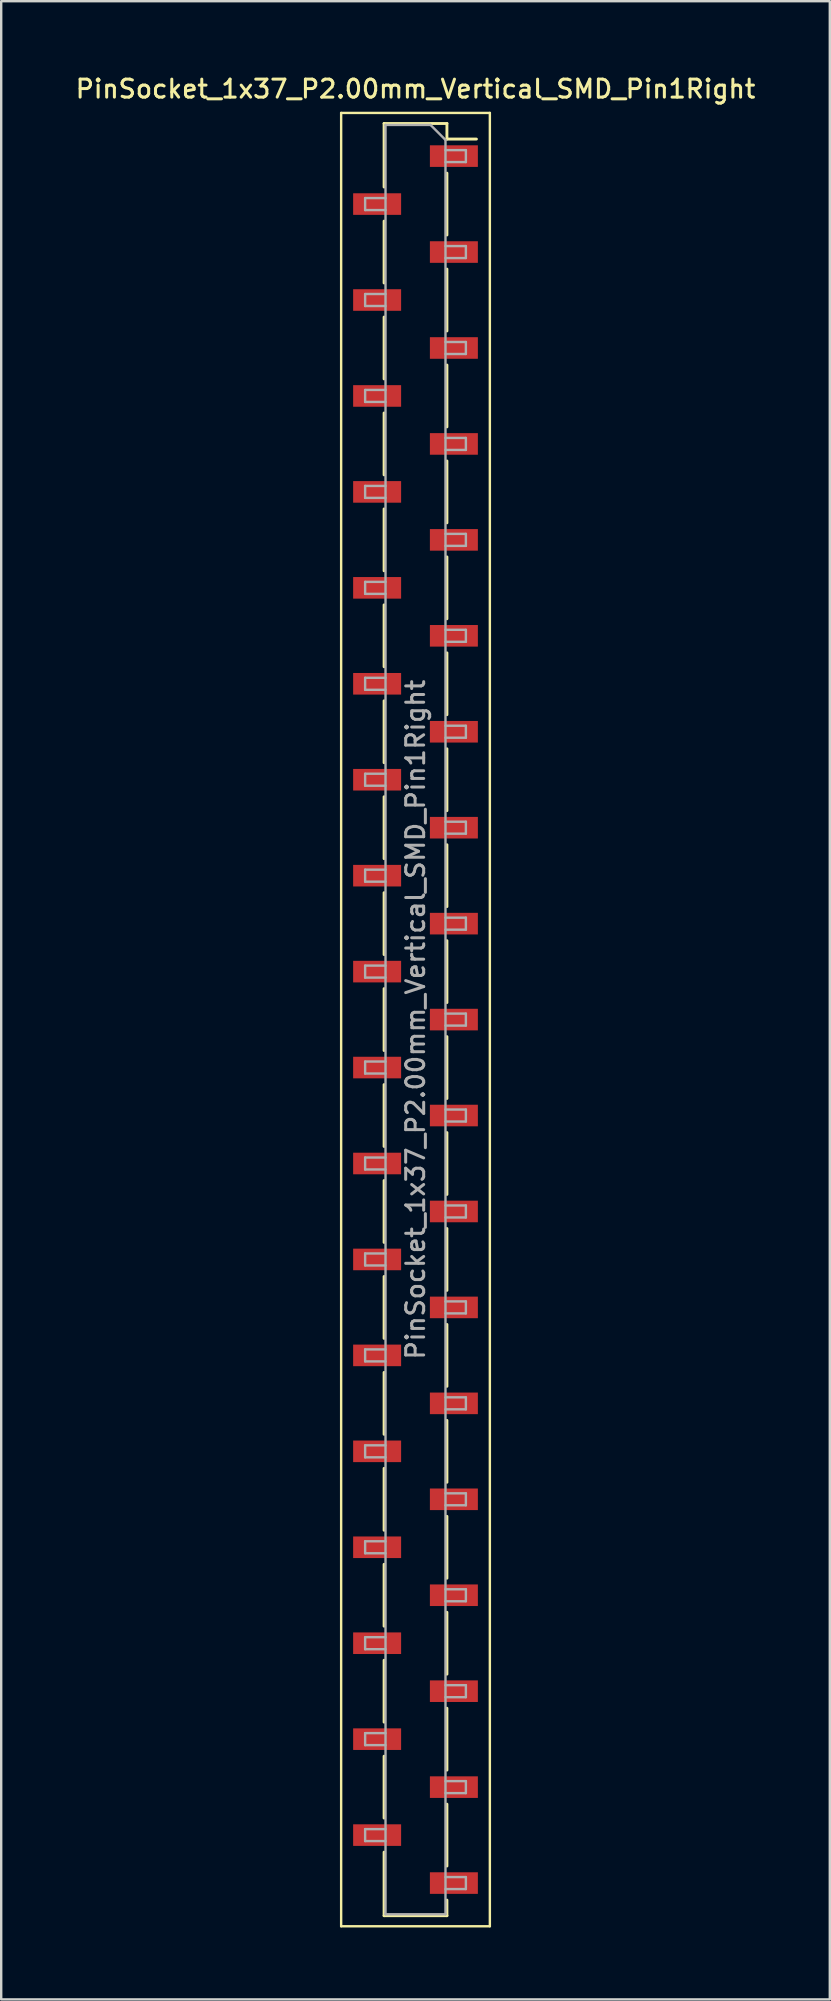
<source format=kicad_pcb>
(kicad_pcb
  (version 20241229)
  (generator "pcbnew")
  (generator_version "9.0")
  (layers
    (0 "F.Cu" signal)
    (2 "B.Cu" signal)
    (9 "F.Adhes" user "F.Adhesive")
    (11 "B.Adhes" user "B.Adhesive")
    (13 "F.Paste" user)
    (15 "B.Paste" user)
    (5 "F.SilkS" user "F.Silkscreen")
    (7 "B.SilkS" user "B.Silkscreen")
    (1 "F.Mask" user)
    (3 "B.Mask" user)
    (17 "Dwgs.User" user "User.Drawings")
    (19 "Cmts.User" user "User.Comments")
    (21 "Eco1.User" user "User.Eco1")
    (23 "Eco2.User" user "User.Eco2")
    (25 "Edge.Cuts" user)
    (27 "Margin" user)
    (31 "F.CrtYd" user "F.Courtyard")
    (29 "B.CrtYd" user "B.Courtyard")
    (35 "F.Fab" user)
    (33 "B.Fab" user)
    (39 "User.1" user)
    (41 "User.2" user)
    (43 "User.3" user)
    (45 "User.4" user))
  (footprint "PinSocket_1x37_P2.00mm_Vertical_SMD_Pin1Right"
    (layer "F.Cu")
    (at 14.273 39.458)
    (property "Reference" "PinSocket_1x37_P2.00mm_Vertical_SMD_Pin1Right" (at 0 -38.8 0) (layer "F.SilkS") (effects (font (size 0.75 0.75) (thickness 0.125))))
    (attr smd)
    (fp_line (start -3.1 -37.8) (end 3.1 -37.8) (stroke (width 0.1) (type solid)) (layer "F.SilkS"))
    (fp_line (start -3.1 37.8) (end -3.1 -37.8) (stroke (width 0.1) (type solid)) (layer "F.SilkS"))
    (fp_line (start -1.31 -37.36) (end -1.31 -34.71) (stroke (width 0.12) (type solid)) (layer "F.SilkS"))
    (fp_line (start -1.31 -37.36) (end 1.31 -37.36) (stroke (width 0.12) (type solid)) (layer "F.SilkS"))
    (fp_line (start -1.31 -33.29) (end -1.31 -30.71) (stroke (width 0.12) (type solid)) (layer "F.SilkS"))
    (fp_line (start -1.31 -29.29) (end -1.31 -26.71) (stroke (width 0.12) (type solid)) (layer "F.SilkS"))
    (fp_line (start -1.31 -25.29) (end -1.31 -22.71) (stroke (width 0.12) (type solid)) (layer "F.SilkS"))
    (fp_line (start -1.31 -21.29) (end -1.31 -18.71) (stroke (width 0.12) (type solid)) (layer "F.SilkS"))
    (fp_line (start -1.31 -17.29) (end -1.31 -14.71) (stroke (width 0.12) (type solid)) (layer "F.SilkS"))
    (fp_line (start -1.31 -13.29) (end -1.31 -10.71) (stroke (width 0.12) (type solid)) (layer "F.SilkS"))
    (fp_line (start -1.31 -9.29) (end -1.31 -6.71) (stroke (width 0.12) (type solid)) (layer "F.SilkS"))
    (fp_line (start -1.31 -5.29) (end -1.31 -2.71) (stroke (width 0.12) (type solid)) (layer "F.SilkS"))
    (fp_line (start -1.31 -1.29) (end -1.31 1.29) (stroke (width 0.12) (type solid)) (layer "F.SilkS"))
    (fp_line (start -1.31 2.71) (end -1.31 5.29) (stroke (width 0.12) (type solid)) (layer "F.SilkS"))
    (fp_line (start -1.31 6.71) (end -1.31 9.29) (stroke (width 0.12) (type solid)) (layer "F.SilkS"))
    (fp_line (start -1.31 10.71) (end -1.31 13.29) (stroke (width 0.12) (type solid)) (layer "F.SilkS"))
    (fp_line (start -1.31 14.71) (end -1.31 17.29) (stroke (width 0.12) (type solid)) (layer "F.SilkS"))
    (fp_line (start -1.31 18.71) (end -1.31 21.29) (stroke (width 0.12) (type solid)) (layer "F.SilkS"))
    (fp_line (start -1.31 22.71) (end -1.31 25.29) (stroke (width 0.12) (type solid)) (layer "F.SilkS"))
    (fp_line (start -1.31 26.71) (end -1.31 29.29) (stroke (width 0.12) (type solid)) (layer "F.SilkS"))
    (fp_line (start -1.31 30.71) (end -1.31 33.29) (stroke (width 0.12) (type solid)) (layer "F.SilkS"))
    (fp_line (start -1.31 34.71) (end -1.31 37.36) (stroke (width 0.12) (type solid)) (layer "F.SilkS"))
    (fp_line (start -1.31 37.36) (end 1.31 37.36) (stroke (width 0.12) (type solid)) (layer "F.SilkS"))
    (fp_line (start 1.31 -37.36) (end 1.31 -36.71) (stroke (width 0.12) (type solid)) (layer "F.SilkS"))
    (fp_line (start 1.31 -36.71) (end 2.54 -36.71) (stroke (width 0.12) (type solid)) (layer "F.SilkS"))
    (fp_line (start 1.31 -35.29) (end 1.31 -32.71) (stroke (width 0.12) (type solid)) (layer "F.SilkS"))
    (fp_line (start 1.31 -31.29) (end 1.31 -28.71) (stroke (width 0.12) (type solid)) (layer "F.SilkS"))
    (fp_line (start 1.31 -27.29) (end 1.31 -24.71) (stroke (width 0.12) (type solid)) (layer "F.SilkS"))
    (fp_line (start 1.31 -23.29) (end 1.31 -20.71) (stroke (width 0.12) (type solid)) (layer "F.SilkS"))
    (fp_line (start 1.31 -19.29) (end 1.31 -16.71) (stroke (width 0.12) (type solid)) (layer "F.SilkS"))
    (fp_line (start 1.31 -15.29) (end 1.31 -12.71) (stroke (width 0.12) (type solid)) (layer "F.SilkS"))
    (fp_line (start 1.31 -11.29) (end 1.31 -8.71) (stroke (width 0.12) (type solid)) (layer "F.SilkS"))
    (fp_line (start 1.31 -7.29) (end 1.31 -4.71) (stroke (width 0.12) (type solid)) (layer "F.SilkS"))
    (fp_line (start 1.31 -3.29) (end 1.31 -0.71) (stroke (width 0.12) (type solid)) (layer "F.SilkS"))
    (fp_line (start 1.31 0.71) (end 1.31 3.29) (stroke (width 0.12) (type solid)) (layer "F.SilkS"))
    (fp_line (start 1.31 4.71) (end 1.31 7.29) (stroke (width 0.12) (type solid)) (layer "F.SilkS"))
    (fp_line (start 1.31 8.71) (end 1.31 11.29) (stroke (width 0.12) (type solid)) (layer "F.SilkS"))
    (fp_line (start 1.31 12.71) (end 1.31 15.29) (stroke (width 0.12) (type solid)) (layer "F.SilkS"))
    (fp_line (start 1.31 16.71) (end 1.31 19.29) (stroke (width 0.12) (type solid)) (layer "F.SilkS"))
    (fp_line (start 1.31 20.71) (end 1.31 23.29) (stroke (width 0.12) (type solid)) (layer "F.SilkS"))
    (fp_line (start 1.31 24.71) (end 1.31 27.29) (stroke (width 0.12) (type solid)) (layer "F.SilkS"))
    (fp_line (start 1.31 28.71) (end 1.31 31.29) (stroke (width 0.12) (type solid)) (layer "F.SilkS"))
    (fp_line (start 1.31 32.71) (end 1.31 35.29) (stroke (width 0.12) (type solid)) (layer "F.SilkS"))
    (fp_line (start 1.31 36.71) (end 1.31 37.36) (stroke (width 0.12) (type solid)) (layer "F.SilkS"))
    (fp_line (start 3.1 -37.8) (end 3.1 37.8) (stroke (width 0.1) (type solid)) (layer "F.SilkS"))
    (fp_line (start 3.1 37.8) (end -3.1 37.8) (stroke (width 0.1) (type solid)) (layer "F.SilkS"))
    (fp_line (start -2.1 -34.25) (end -1.25 -34.25) (stroke (width 0.1) (type solid)) (layer "F.Fab"))
    (fp_line (start -2.1 -33.75) (end -2.1 -34.25) (stroke (width 0.1) (type solid)) (layer "F.Fab"))
    (fp_line (start -2.1 -30.25) (end -1.25 -30.25) (stroke (width 0.1) (type solid)) (layer "F.Fab"))
    (fp_line (start -2.1 -29.75) (end -2.1 -30.25) (stroke (width 0.1) (type solid)) (layer "F.Fab"))
    (fp_line (start -2.1 -26.25) (end -1.25 -26.25) (stroke (width 0.1) (type solid)) (layer "F.Fab"))
    (fp_line (start -2.1 -25.75) (end -2.1 -26.25) (stroke (width 0.1) (type solid)) (layer "F.Fab"))
    (fp_line (start -2.1 -22.25) (end -1.25 -22.25) (stroke (width 0.1) (type solid)) (layer "F.Fab"))
    (fp_line (start -2.1 -21.75) (end -2.1 -22.25) (stroke (width 0.1) (type solid)) (layer "F.Fab"))
    (fp_line (start -2.1 -18.25) (end -1.25 -18.25) (stroke (width 0.1) (type solid)) (layer "F.Fab"))
    (fp_line (start -2.1 -17.75) (end -2.1 -18.25) (stroke (width 0.1) (type solid)) (layer "F.Fab"))
    (fp_line (start -2.1 -14.25) (end -1.25 -14.25) (stroke (width 0.1) (type solid)) (layer "F.Fab"))
    (fp_line (start -2.1 -13.75) (end -2.1 -14.25) (stroke (width 0.1) (type solid)) (layer "F.Fab"))
    (fp_line (start -2.1 -10.25) (end -1.25 -10.25) (stroke (width 0.1) (type solid)) (layer "F.Fab"))
    (fp_line (start -2.1 -9.75) (end -2.1 -10.25) (stroke (width 0.1) (type solid)) (layer "F.Fab"))
    (fp_line (start -2.1 -6.25) (end -1.25 -6.25) (stroke (width 0.1) (type solid)) (layer "F.Fab"))
    (fp_line (start -2.1 -5.75) (end -2.1 -6.25) (stroke (width 0.1) (type solid)) (layer "F.Fab"))
    (fp_line (start -2.1 -2.25) (end -1.25 -2.25) (stroke (width 0.1) (type solid)) (layer "F.Fab"))
    (fp_line (start -2.1 -1.75) (end -2.1 -2.25) (stroke (width 0.1) (type solid)) (layer "F.Fab"))
    (fp_line (start -2.1 1.75) (end -1.25 1.75) (stroke (width 0.1) (type solid)) (layer "F.Fab"))
    (fp_line (start -2.1 2.25) (end -2.1 1.75) (stroke (width 0.1) (type solid)) (layer "F.Fab"))
    (fp_line (start -2.1 5.75) (end -1.25 5.75) (stroke (width 0.1) (type solid)) (layer "F.Fab"))
    (fp_line (start -2.1 6.25) (end -2.1 5.75) (stroke (width 0.1) (type solid)) (layer "F.Fab"))
    (fp_line (start -2.1 9.75) (end -1.25 9.75) (stroke (width 0.1) (type solid)) (layer "F.Fab"))
    (fp_line (start -2.1 10.25) (end -2.1 9.75) (stroke (width 0.1) (type solid)) (layer "F.Fab"))
    (fp_line (start -2.1 13.75) (end -1.25 13.75) (stroke (width 0.1) (type solid)) (layer "F.Fab"))
    (fp_line (start -2.1 14.25) (end -2.1 13.75) (stroke (width 0.1) (type solid)) (layer "F.Fab"))
    (fp_line (start -2.1 17.75) (end -1.25 17.75) (stroke (width 0.1) (type solid)) (layer "F.Fab"))
    (fp_line (start -2.1 18.25) (end -2.1 17.75) (stroke (width 0.1) (type solid)) (layer "F.Fab"))
    (fp_line (start -2.1 21.75) (end -1.25 21.75) (stroke (width 0.1) (type solid)) (layer "F.Fab"))
    (fp_line (start -2.1 22.25) (end -2.1 21.75) (stroke (width 0.1) (type solid)) (layer "F.Fab"))
    (fp_line (start -2.1 25.75) (end -1.25 25.75) (stroke (width 0.1) (type solid)) (layer "F.Fab"))
    (fp_line (start -2.1 26.25) (end -2.1 25.75) (stroke (width 0.1) (type solid)) (layer "F.Fab"))
    (fp_line (start -2.1 29.75) (end -1.25 29.75) (stroke (width 0.1) (type solid)) (layer "F.Fab"))
    (fp_line (start -2.1 30.25) (end -2.1 29.75) (stroke (width 0.1) (type solid)) (layer "F.Fab"))
    (fp_line (start -2.1 33.75) (end -1.25 33.75) (stroke (width 0.1) (type solid)) (layer "F.Fab"))
    (fp_line (start -2.1 34.25) (end -2.1 33.75) (stroke (width 0.1) (type solid)) (layer "F.Fab"))
    (fp_line (start -1.25 -37.3) (end 0.625 -37.3) (stroke (width 0.1) (type solid)) (layer "F.Fab"))
    (fp_line (start -1.25 -33.75) (end -2.1 -33.75) (stroke (width 0.1) (type solid)) (layer "F.Fab"))
    (fp_line (start -1.25 -29.75) (end -2.1 -29.75) (stroke (width 0.1) (type solid)) (layer "F.Fab"))
    (fp_line (start -1.25 -25.75) (end -2.1 -25.75) (stroke (width 0.1) (type solid)) (layer "F.Fab"))
    (fp_line (start -1.25 -21.75) (end -2.1 -21.75) (stroke (width 0.1) (type solid)) (layer "F.Fab"))
    (fp_line (start -1.25 -17.75) (end -2.1 -17.75) (stroke (width 0.1) (type solid)) (layer "F.Fab"))
    (fp_line (start -1.25 -13.75) (end -2.1 -13.75) (stroke (width 0.1) (type solid)) (layer "F.Fab"))
    (fp_line (start -1.25 -9.75) (end -2.1 -9.75) (stroke (width 0.1) (type solid)) (layer "F.Fab"))
    (fp_line (start -1.25 -5.75) (end -2.1 -5.75) (stroke (width 0.1) (type solid)) (layer "F.Fab"))
    (fp_line (start -1.25 -1.75) (end -2.1 -1.75) (stroke (width 0.1) (type solid)) (layer "F.Fab"))
    (fp_line (start -1.25 2.25) (end -2.1 2.25) (stroke (width 0.1) (type solid)) (layer "F.Fab"))
    (fp_line (start -1.25 6.25) (end -2.1 6.25) (stroke (width 0.1) (type solid)) (layer "F.Fab"))
    (fp_line (start -1.25 10.25) (end -2.1 10.25) (stroke (width 0.1) (type solid)) (layer "F.Fab"))
    (fp_line (start -1.25 14.25) (end -2.1 14.25) (stroke (width 0.1) (type solid)) (layer "F.Fab"))
    (fp_line (start -1.25 18.25) (end -2.1 18.25) (stroke (width 0.1) (type solid)) (layer "F.Fab"))
    (fp_line (start -1.25 22.25) (end -2.1 22.25) (stroke (width 0.1) (type solid)) (layer "F.Fab"))
    (fp_line (start -1.25 26.25) (end -2.1 26.25) (stroke (width 0.1) (type solid)) (layer "F.Fab"))
    (fp_line (start -1.25 30.25) (end -2.1 30.25) (stroke (width 0.1) (type solid)) (layer "F.Fab"))
    (fp_line (start -1.25 34.25) (end -2.1 34.25) (stroke (width 0.1) (type solid)) (layer "F.Fab"))
    (fp_line (start -1.25 37.3) (end -1.25 -37.3) (stroke (width 0.1) (type solid)) (layer "F.Fab"))
    (fp_line (start 0.625 -37.3) (end 1.25 -36.675) (stroke (width 0.1) (type solid)) (layer "F.Fab"))
    (fp_line (start 1.25 -36.675) (end 1.25 37.3) (stroke (width 0.1) (type solid)) (layer "F.Fab"))
    (fp_line (start 1.25 -36.25) (end 2.1 -36.25) (stroke (width 0.1) (type solid)) (layer "F.Fab"))
    (fp_line (start 1.25 -32.25) (end 2.1 -32.25) (stroke (width 0.1) (type solid)) (layer "F.Fab"))
    (fp_line (start 1.25 -28.25) (end 2.1 -28.25) (stroke (width 0.1) (type solid)) (layer "F.Fab"))
    (fp_line (start 1.25 -24.25) (end 2.1 -24.25) (stroke (width 0.1) (type solid)) (layer "F.Fab"))
    (fp_line (start 1.25 -20.25) (end 2.1 -20.25) (stroke (width 0.1) (type solid)) (layer "F.Fab"))
    (fp_line (start 1.25 -16.25) (end 2.1 -16.25) (stroke (width 0.1) (type solid)) (layer "F.Fab"))
    (fp_line (start 1.25 -12.25) (end 2.1 -12.25) (stroke (width 0.1) (type solid)) (layer "F.Fab"))
    (fp_line (start 1.25 -8.25) (end 2.1 -8.25) (stroke (width 0.1) (type solid)) (layer "F.Fab"))
    (fp_line (start 1.25 -4.25) (end 2.1 -4.25) (stroke (width 0.1) (type solid)) (layer "F.Fab"))
    (fp_line (start 1.25 -0.25) (end 2.1 -0.25) (stroke (width 0.1) (type solid)) (layer "F.Fab"))
    (fp_line (start 1.25 3.75) (end 2.1 3.75) (stroke (width 0.1) (type solid)) (layer "F.Fab"))
    (fp_line (start 1.25 7.75) (end 2.1 7.75) (stroke (width 0.1) (type solid)) (layer "F.Fab"))
    (fp_line (start 1.25 11.75) (end 2.1 11.75) (stroke (width 0.1) (type solid)) (layer "F.Fab"))
    (fp_line (start 1.25 15.75) (end 2.1 15.75) (stroke (width 0.1) (type solid)) (layer "F.Fab"))
    (fp_line (start 1.25 19.75) (end 2.1 19.75) (stroke (width 0.1) (type solid)) (layer "F.Fab"))
    (fp_line (start 1.25 23.75) (end 2.1 23.75) (stroke (width 0.1) (type solid)) (layer "F.Fab"))
    (fp_line (start 1.25 27.75) (end 2.1 27.75) (stroke (width 0.1) (type solid)) (layer "F.Fab"))
    (fp_line (start 1.25 31.75) (end 2.1 31.75) (stroke (width 0.1) (type solid)) (layer "F.Fab"))
    (fp_line (start 1.25 35.75) (end 2.1 35.75) (stroke (width 0.1) (type solid)) (layer "F.Fab"))
    (fp_line (start 1.25 37.3) (end -1.25 37.3) (stroke (width 0.1) (type solid)) (layer "F.Fab"))
    (fp_line (start 2.1 -36.25) (end 2.1 -35.75) (stroke (width 0.1) (type solid)) (layer "F.Fab"))
    (fp_line (start 2.1 -35.75) (end 1.25 -35.75) (stroke (width 0.1) (type solid)) (layer "F.Fab"))
    (fp_line (start 2.1 -32.25) (end 2.1 -31.75) (stroke (width 0.1) (type solid)) (layer "F.Fab"))
    (fp_line (start 2.1 -31.75) (end 1.25 -31.75) (stroke (width 0.1) (type solid)) (layer "F.Fab"))
    (fp_line (start 2.1 -28.25) (end 2.1 -27.75) (stroke (width 0.1) (type solid)) (layer "F.Fab"))
    (fp_line (start 2.1 -27.75) (end 1.25 -27.75) (stroke (width 0.1) (type solid)) (layer "F.Fab"))
    (fp_line (start 2.1 -24.25) (end 2.1 -23.75) (stroke (width 0.1) (type solid)) (layer "F.Fab"))
    (fp_line (start 2.1 -23.75) (end 1.25 -23.75) (stroke (width 0.1) (type solid)) (layer "F.Fab"))
    (fp_line (start 2.1 -20.25) (end 2.1 -19.75) (stroke (width 0.1) (type solid)) (layer "F.Fab"))
    (fp_line (start 2.1 -19.75) (end 1.25 -19.75) (stroke (width 0.1) (type solid)) (layer "F.Fab"))
    (fp_line (start 2.1 -16.25) (end 2.1 -15.75) (stroke (width 0.1) (type solid)) (layer "F.Fab"))
    (fp_line (start 2.1 -15.75) (end 1.25 -15.75) (stroke (width 0.1) (type solid)) (layer "F.Fab"))
    (fp_line (start 2.1 -12.25) (end 2.1 -11.75) (stroke (width 0.1) (type solid)) (layer "F.Fab"))
    (fp_line (start 2.1 -11.75) (end 1.25 -11.75) (stroke (width 0.1) (type solid)) (layer "F.Fab"))
    (fp_line (start 2.1 -8.25) (end 2.1 -7.75) (stroke (width 0.1) (type solid)) (layer "F.Fab"))
    (fp_line (start 2.1 -7.75) (end 1.25 -7.75) (stroke (width 0.1) (type solid)) (layer "F.Fab"))
    (fp_line (start 2.1 -4.25) (end 2.1 -3.75) (stroke (width 0.1) (type solid)) (layer "F.Fab"))
    (fp_line (start 2.1 -3.75) (end 1.25 -3.75) (stroke (width 0.1) (type solid)) (layer "F.Fab"))
    (fp_line (start 2.1 -0.25) (end 2.1 0.25) (stroke (width 0.1) (type solid)) (layer "F.Fab"))
    (fp_line (start 2.1 0.25) (end 1.25 0.25) (stroke (width 0.1) (type solid)) (layer "F.Fab"))
    (fp_line (start 2.1 3.75) (end 2.1 4.25) (stroke (width 0.1) (type solid)) (layer "F.Fab"))
    (fp_line (start 2.1 4.25) (end 1.25 4.25) (stroke (width 0.1) (type solid)) (layer "F.Fab"))
    (fp_line (start 2.1 7.75) (end 2.1 8.25) (stroke (width 0.1) (type solid)) (layer "F.Fab"))
    (fp_line (start 2.1 8.25) (end 1.25 8.25) (stroke (width 0.1) (type solid)) (layer "F.Fab"))
    (fp_line (start 2.1 11.75) (end 2.1 12.25) (stroke (width 0.1) (type solid)) (layer "F.Fab"))
    (fp_line (start 2.1 12.25) (end 1.25 12.25) (stroke (width 0.1) (type solid)) (layer "F.Fab"))
    (fp_line (start 2.1 15.75) (end 2.1 16.25) (stroke (width 0.1) (type solid)) (layer "F.Fab"))
    (fp_line (start 2.1 16.25) (end 1.25 16.25) (stroke (width 0.1) (type solid)) (layer "F.Fab"))
    (fp_line (start 2.1 19.75) (end 2.1 20.25) (stroke (width 0.1) (type solid)) (layer "F.Fab"))
    (fp_line (start 2.1 20.25) (end 1.25 20.25) (stroke (width 0.1) (type solid)) (layer "F.Fab"))
    (fp_line (start 2.1 23.75) (end 2.1 24.25) (stroke (width 0.1) (type solid)) (layer "F.Fab"))
    (fp_line (start 2.1 24.25) (end 1.25 24.25) (stroke (width 0.1) (type solid)) (layer "F.Fab"))
    (fp_line (start 2.1 27.75) (end 2.1 28.25) (stroke (width 0.1) (type solid)) (layer "F.Fab"))
    (fp_line (start 2.1 28.25) (end 1.25 28.25) (stroke (width 0.1) (type solid)) (layer "F.Fab"))
    (fp_line (start 2.1 31.75) (end 2.1 32.25) (stroke (width 0.1) (type solid)) (layer "F.Fab"))
    (fp_line (start 2.1 32.25) (end 1.25 32.25) (stroke (width 0.1) (type solid)) (layer "F.Fab"))
    (fp_line (start 2.1 35.75) (end 2.1 36.25) (stroke (width 0.1) (type solid)) (layer "F.Fab"))
    (fp_line (start 2.1 36.25) (end 1.25 36.25) (stroke (width 0.1) (type solid)) (layer "F.Fab"))
    (fp_text user "${REFERENCE}" (at 0 0 90) (layer "F.Fab") (effects (font (size 0.75 0.75) (thickness 0.125))))
    (pad "1" smd rect (at 1.6 -36) (size 2 0.9) (layers "F.Cu" "F.Mask" "F.Paste"))
    (pad "2" smd rect (at -1.6 -34) (size 2 0.9) (layers "F.Cu" "F.Mask" "F.Paste"))
    (pad "3" smd rect (at 1.6 -32) (size 2 0.9) (layers "F.Cu" "F.Mask" "F.Paste"))
    (pad "4" smd rect (at -1.6 -30) (size 2 0.9) (layers "F.Cu" "F.Mask" "F.Paste"))
    (pad "5" smd rect (at 1.6 -28) (size 2 0.9) (layers "F.Cu" "F.Mask" "F.Paste"))
    (pad "6" smd rect (at -1.6 -26) (size 2 0.9) (layers "F.Cu" "F.Mask" "F.Paste"))
    (pad "7" smd rect (at 1.6 -24) (size 2 0.9) (layers "F.Cu" "F.Mask" "F.Paste"))
    (pad "8" smd rect (at -1.6 -22) (size 2 0.9) (layers "F.Cu" "F.Mask" "F.Paste"))
    (pad "9" smd rect (at 1.6 -20) (size 2 0.9) (layers "F.Cu" "F.Mask" "F.Paste"))
    (pad "10" smd rect (at -1.6 -18) (size 2 0.9) (layers "F.Cu" "F.Mask" "F.Paste"))
    (pad "11" smd rect (at 1.6 -16) (size 2 0.9) (layers "F.Cu" "F.Mask" "F.Paste"))
    (pad "12" smd rect (at -1.6 -14) (size 2 0.9) (layers "F.Cu" "F.Mask" "F.Paste"))
    (pad "13" smd rect (at 1.6 -12) (size 2 0.9) (layers "F.Cu" "F.Mask" "F.Paste"))
    (pad "14" smd rect (at -1.6 -10) (size 2 0.9) (layers "F.Cu" "F.Mask" "F.Paste"))
    (pad "15" smd rect (at 1.6 -8) (size 2 0.9) (layers "F.Cu" "F.Mask" "F.Paste"))
    (pad "16" smd rect (at -1.6 -6) (size 2 0.9) (layers "F.Cu" "F.Mask" "F.Paste"))
    (pad "17" smd rect (at 1.6 -4) (size 2 0.9) (layers "F.Cu" "F.Mask" "F.Paste"))
    (pad "18" smd rect (at -1.6 -2) (size 2 0.9) (layers "F.Cu" "F.Mask" "F.Paste"))
    (pad "19" smd rect (at 1.6 0) (size 2 0.9) (layers "F.Cu" "F.Mask" "F.Paste"))
    (pad "20" smd rect (at -1.6 2) (size 2 0.9) (layers "F.Cu" "F.Mask" "F.Paste"))
    (pad "21" smd rect (at 1.6 4) (size 2 0.9) (layers "F.Cu" "F.Mask" "F.Paste"))
    (pad "22" smd rect (at -1.6 6) (size 2 0.9) (layers "F.Cu" "F.Mask" "F.Paste"))
    (pad "23" smd rect (at 1.6 8) (size 2 0.9) (layers "F.Cu" "F.Mask" "F.Paste"))
    (pad "24" smd rect (at -1.6 10) (size 2 0.9) (layers "F.Cu" "F.Mask" "F.Paste"))
    (pad "25" smd rect (at 1.6 12) (size 2 0.9) (layers "F.Cu" "F.Mask" "F.Paste"))
    (pad "26" smd rect (at -1.6 14) (size 2 0.9) (layers "F.Cu" "F.Mask" "F.Paste"))
    (pad "27" smd rect (at 1.6 16) (size 2 0.9) (layers "F.Cu" "F.Mask" "F.Paste"))
    (pad "28" smd rect (at -1.6 18) (size 2 0.9) (layers "F.Cu" "F.Mask" "F.Paste"))
    (pad "29" smd rect (at 1.6 20) (size 2 0.9) (layers "F.Cu" "F.Mask" "F.Paste"))
    (pad "30" smd rect (at -1.6 22) (size 2 0.9) (layers "F.Cu" "F.Mask" "F.Paste"))
    (pad "31" smd rect (at 1.6 24) (size 2 0.9) (layers "F.Cu" "F.Mask" "F.Paste"))
    (pad "32" smd rect (at -1.6 26) (size 2 0.9) (layers "F.Cu" "F.Mask" "F.Paste"))
    (pad "33" smd rect (at 1.6 28) (size 2 0.9) (layers "F.Cu" "F.Mask" "F.Paste"))
    (pad "34" smd rect (at -1.6 30) (size 2 0.9) (layers "F.Cu" "F.Mask" "F.Paste"))
    (pad "35" smd rect (at 1.6 32) (size 2 0.9) (layers "F.Cu" "F.Mask" "F.Paste"))
    (pad "36" smd rect (at -1.6 34) (size 2 0.9) (layers "F.Cu" "F.Mask" "F.Paste"))
    (pad "37" smd rect (at 1.6 36) (size 2 0.9) (layers "F.Cu" "F.Mask" "F.Paste")))
  (gr_rect
    (start -3 -3)
    (end 31.546 80.308)
    (stroke (width 0.1) (type default))
    (fill no)
    (layer "Edge.Cuts")))
</source>
